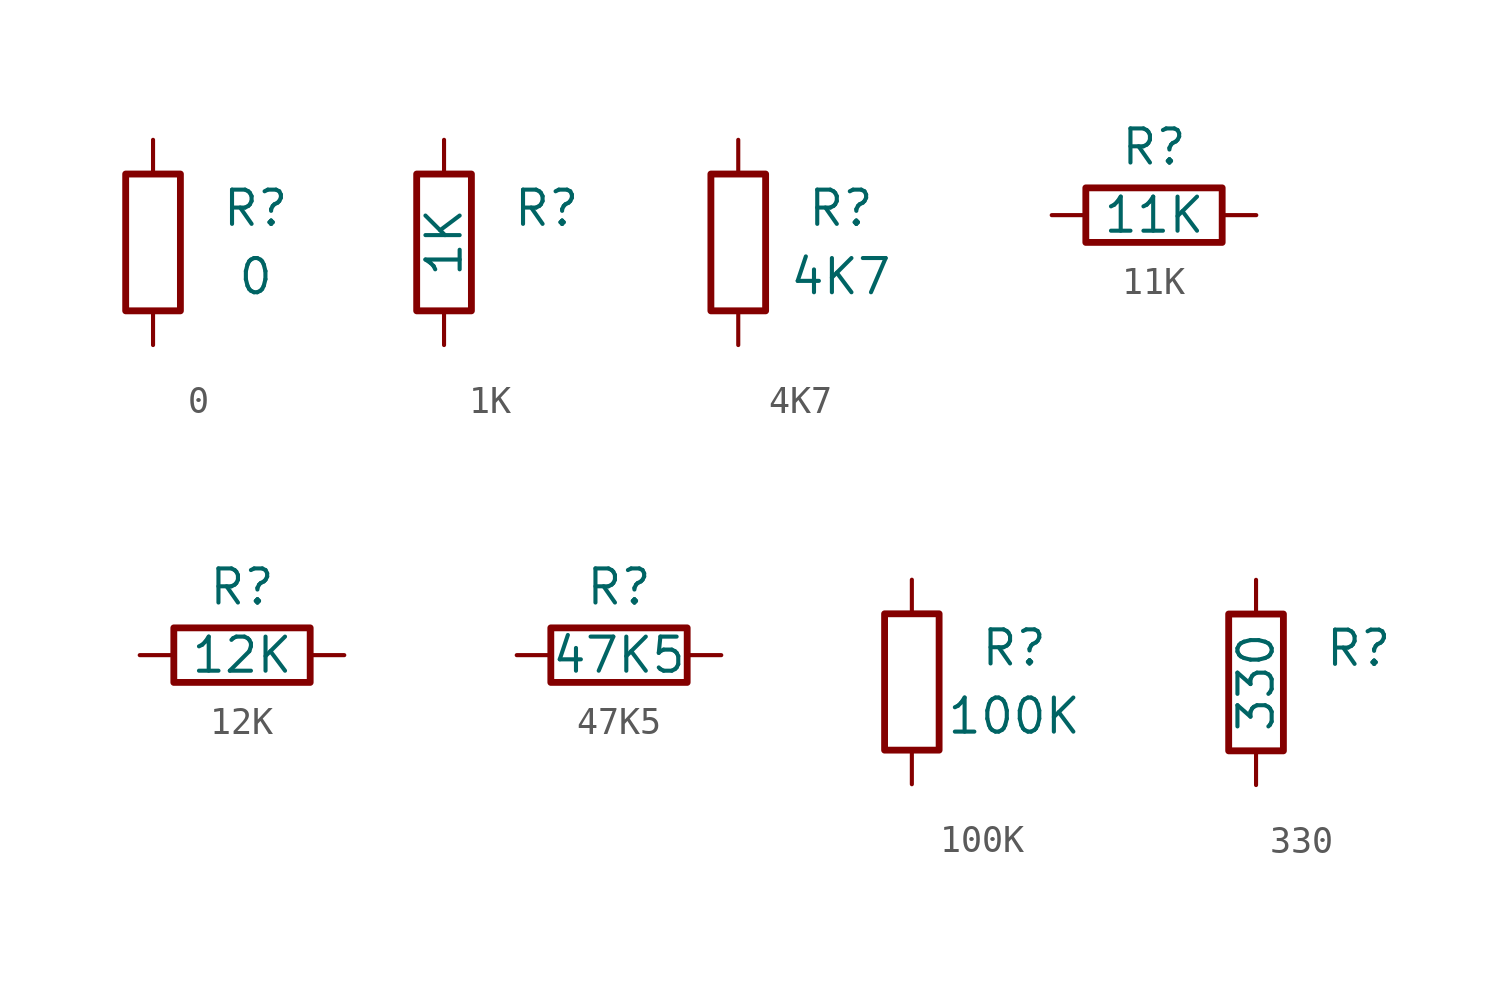
<source format=kicad_sym>
(kicad_symbol_lib
  (version 20220914)
  (generator kicad_symbol_editor)
  (symbol "0"
    (pin_numbers hide)
    (pin_names
      (offset 0))
    (property "Reference" "R"
      (at 3.81 1.27 0)
      (effects (font (size 1.27 1.27))))
    (property "Value" "0"
      (at 3.81 -1.27 0)
      (effects (font (size 1.27 1.27))))
    (symbol "0_0_1"
      (rectangle (start -1.016 -2.54) (end 1.016 2.54) (stroke (width 0.254) (type solid)) (fill (type none))))
    (symbol "0_1_1"
      (pin passive line (at 0 3.81 270) (length 1.27) (name "~" (effects (font (size 1.27 1.27)))) (number "1" (effects (font (size 1.27 1.27)))))
      (pin passive line (at 0 -3.81 90) (length 1.27) (name "~" (effects (font (size 1.27 1.27)))) (number "2" (effects (font (size 1.27 1.27)))))))
  (symbol "1K"
    (pin_numbers hide)
    (pin_names
      (offset 0))
    (property "Reference" "R"
      (at 3.81 1.27 0)
      (effects (font (size 1.27 1.27))))
    (property "Value" "1K"
      (at 0 0 90)
      (effects (font (size 1.27 1.27))))
    (symbol "1K_0_1"
      (rectangle (start -1.016 -2.54) (end 1.016 2.54) (stroke (width 0.254) (type solid)) (fill (type none))))
    (symbol "1K_1_1"
      (pin passive line (at 0 3.81 270) (length 1.27) (name "~" (effects (font (size 1.27 1.27)))) (number "1" (effects (font (size 1.27 1.27)))))
      (pin passive line (at 0 -3.81 90) (length 1.27) (name "~" (effects (font (size 1.27 1.27)))) (number "2" (effects (font (size 1.27 1.27)))))))
  (symbol "4K7"
    (pin_numbers hide)
    (pin_names
      (offset 0))
    (property "Reference" "R"
      (at 3.81 1.27 0)
      (effects (font (size 1.27 1.27))))
    (property "Value" "4K7"
      (at 3.81 -1.27 0)
      (effects (font (size 1.27 1.27))))
    (symbol "4K7_0_1"
      (rectangle (start -1.016 -2.54) (end 1.016 2.54) (stroke (width 0.254) (type solid)) (fill (type none))))
    (symbol "4K7_1_1"
      (pin passive line (at 0 3.81 270) (length 1.27) (name "~" (effects (font (size 1.27 1.27)))) (number "1" (effects (font (size 1.27 1.27)))))
      (pin passive line (at 0 -3.81 90) (length 1.27) (name "~" (effects (font (size 1.27 1.27)))) (number "2" (effects (font (size 1.27 1.27)))))))
  (symbol "11K"
    (pin_numbers hide)
    (pin_names
      (offset 0))
    (property "Reference" "R"
      (at 0 2.54 0)
      (effects (font (size 1.27 1.27))))
    (property "Value" "11K"
      (at 0 0 0)
      (effects (font (size 1.27 1.27))))
    (symbol "11K_0_1"
      (rectangle (start 2.54 -1.016) (end -2.54 1.016) (stroke (width 0.254) (type solid)) (fill (type none))))
    (symbol "11K_1_1"
      (pin passive line (at -3.81 0 0) (length 1.27) (name "~" (effects (font (size 1.27 1.27)))) (number "1" (effects (font (size 1.27 1.27)))))
      (pin passive line (at 3.81 0 180) (length 1.27) (name "~" (effects (font (size 1.27 1.27)))) (number "2" (effects (font (size 1.27 1.27)))))))
  (symbol "12K"
    (pin_numbers hide)
    (pin_names
      (offset 0))
    (property "Reference" "R"
      (at 0 2.54 0)
      (effects (font (size 1.27 1.27))))
    (property "Value" "12K"
      (at 0 0 0)
      (effects (font (size 1.27 1.27))))
    (symbol "12K_0_1"
      (rectangle (start 2.54 -1.016) (end -2.54 1.016) (stroke (width 0.254) (type solid)) (fill (type none))))
    (symbol "12K_1_1"
      (pin passive line (at -3.81 0 0) (length 1.27) (name "~" (effects (font (size 1.27 1.27)))) (number "1" (effects (font (size 1.27 1.27)))))
      (pin passive line (at 3.81 0 180) (length 1.27) (name "~" (effects (font (size 1.27 1.27)))) (number "2" (effects (font (size 1.27 1.27)))))))
  (symbol "47K5"
    (pin_numbers hide)
    (pin_names
      (offset 0))
    (property "Reference" "R"
      (at 0 2.54 0)
      (effects (font (size 1.27 1.27))))
    (property "Value" "47K5"
      (at 0 0 0)
      (effects (font (size 1.27 1.27))))
    (symbol "47K5_0_1"
      (rectangle (start 2.54 -1.016) (end -2.54 1.016) (stroke (width 0.254) (type solid)) (fill (type none))))
    (symbol "47K5_1_1"
      (pin passive line (at -3.81 0 0) (length 1.27) (name "~" (effects (font (size 1.27 1.27)))) (number "1" (effects (font (size 1.27 1.27)))))
      (pin passive line (at 3.81 0 180) (length 1.27) (name "~" (effects (font (size 1.27 1.27)))) (number "2" (effects (font (size 1.27 1.27)))))))
  (symbol "100K"
    (pin_numbers hide)
    (pin_names
      (offset 0))
    (property "Reference" "R"
      (at 3.81 1.27 0)
      (effects (font (size 1.27 1.27))))
    (property "Value" "100K"
      (at 3.81 -1.27 0)
      (effects (font (size 1.27 1.27))))
    (symbol "100K_0_1"
      (rectangle (start -1.016 -2.54) (end 1.016 2.54) (stroke (width 0.254) (type solid)) (fill (type none))))
    (symbol "100K_1_1"
      (pin passive line (at 0 3.81 270) (length 1.27) (name "~" (effects (font (size 1.27 1.27)))) (number "1" (effects (font (size 1.27 1.27)))))
      (pin passive line (at 0 -3.81 90) (length 1.27) (name "~" (effects (font (size 1.27 1.27)))) (number "2" (effects (font (size 1.27 1.27)))))))
  (symbol "330"
    (pin_numbers hide)
    (pin_names
      (offset 0))
    (property "Reference" "R"
      (at 3.81 1.27 0)
      (effects (font (size 1.27 1.27))))
    (property "Value" "330"
      (at 0 0 90)
      (effects (font (size 1.27 1.27))))
    (symbol "330_0_1"
      (rectangle (start -1.016 -2.54) (end 1.016 2.54) (stroke (width 0.254) (type solid)) (fill (type none))))
    (symbol "330_1_1"
      (pin passive line (at 0 3.81 270) (length 1.27) (name "~" (effects (font (size 1.27 1.27)))) (number "1" (effects (font (size 1.27 1.27)))))
      (pin passive line (at 0 -3.81 90) (length 1.27) (name "~" (effects (font (size 1.27 1.27)))) (number "2" (effects (font (size 1.27 1.27))))))))
</source>
